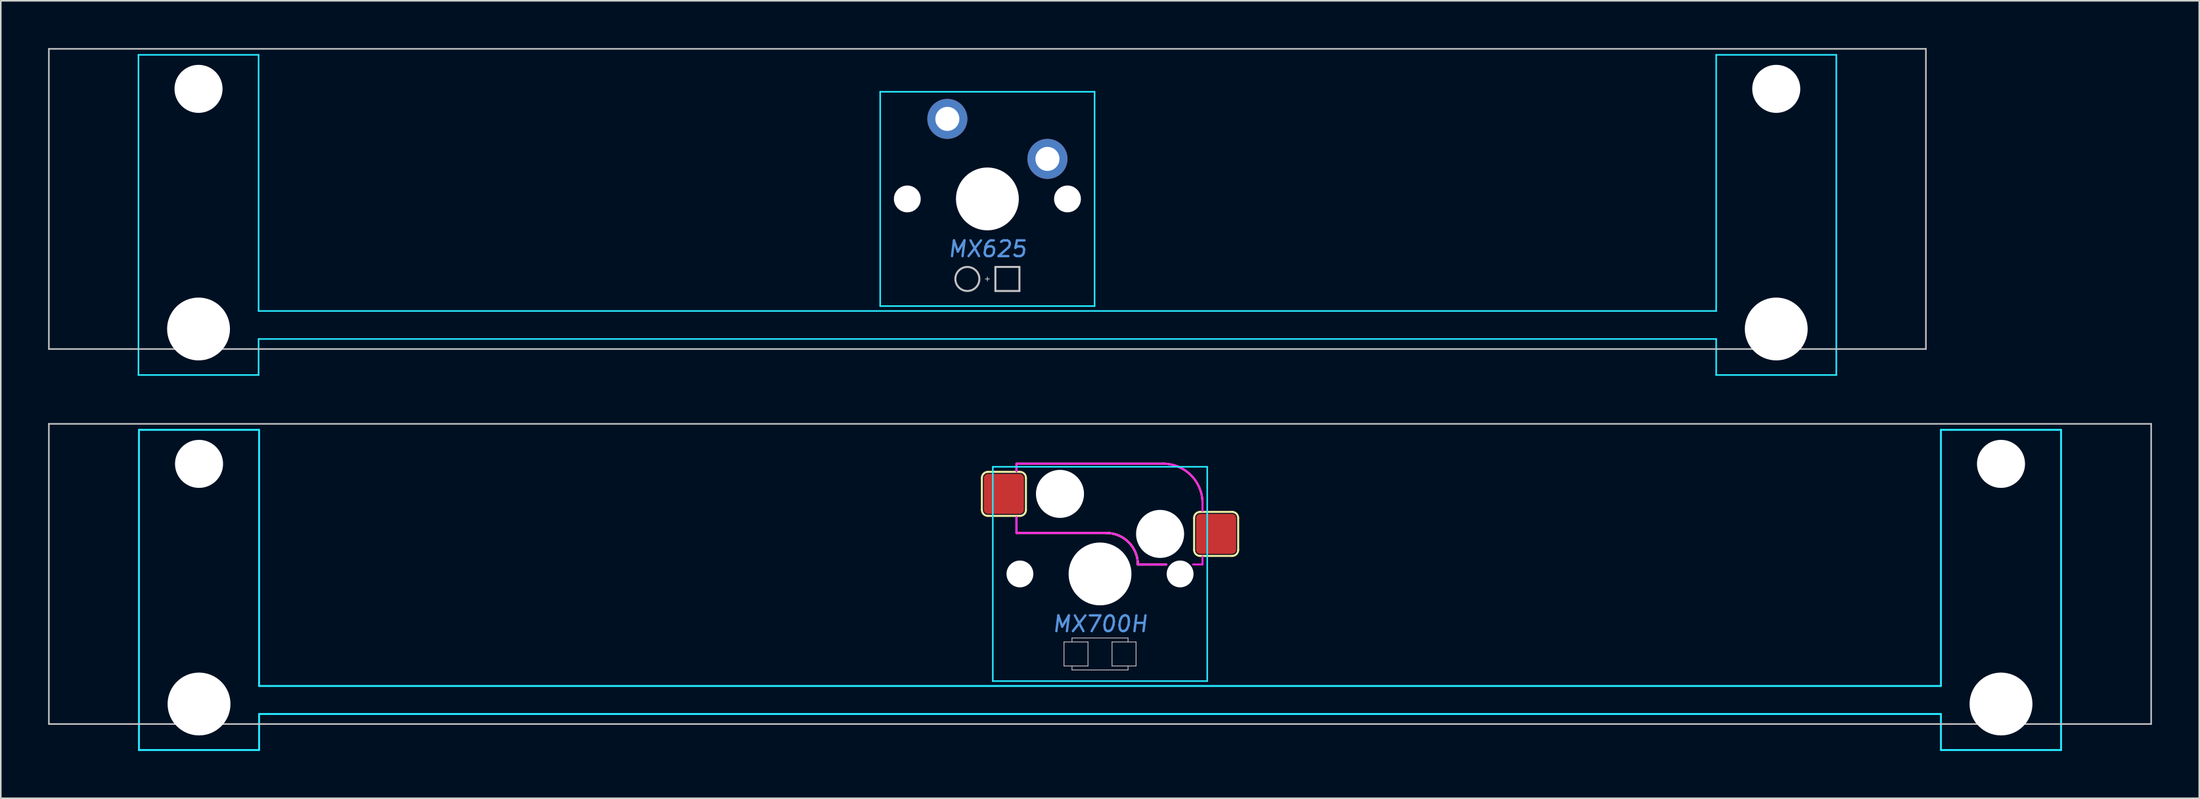
<source format=kicad_pcb>
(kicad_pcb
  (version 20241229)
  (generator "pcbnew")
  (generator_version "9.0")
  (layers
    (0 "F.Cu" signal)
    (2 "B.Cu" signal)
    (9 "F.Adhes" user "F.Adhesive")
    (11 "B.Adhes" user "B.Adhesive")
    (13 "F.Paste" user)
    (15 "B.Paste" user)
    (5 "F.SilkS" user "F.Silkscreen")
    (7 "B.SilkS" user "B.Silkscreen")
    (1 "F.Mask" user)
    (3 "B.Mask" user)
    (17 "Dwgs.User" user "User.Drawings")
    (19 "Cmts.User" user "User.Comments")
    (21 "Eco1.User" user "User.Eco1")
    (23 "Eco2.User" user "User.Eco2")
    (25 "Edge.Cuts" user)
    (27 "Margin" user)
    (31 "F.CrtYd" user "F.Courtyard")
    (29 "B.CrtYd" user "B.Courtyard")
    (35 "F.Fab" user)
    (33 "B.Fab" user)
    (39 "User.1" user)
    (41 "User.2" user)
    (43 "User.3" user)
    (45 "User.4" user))
  (footprint "MX700H"
    (layer "F.Cu")
    (at 66.725 33.376)
    (property "Reference" "MX700H" (at 0 3.175 0) (layer "Cmts.User") (effects (font (size 1 1) (thickness 0.15) (italic yes))))
    (attr through_hole)
    (fp_line (start -7.493 -6.096) (end -7.493 -4.064) (stroke (width 0.127) (type solid)) (layer "F.SilkS"))
    (fp_line (start -7.112 -3.683) (end -5.08 -3.683) (stroke (width 0.127) (type solid)) (layer "F.SilkS"))
    (fp_line (start -5.3 -7) (end -5.3 -6.5) (stroke (width 0.127) (type solid)) (layer "F.SilkS"))
    (fp_line (start -5.3 -3.6) (end -5.3 -2.6) (stroke (width 0.127) (type solid)) (layer "F.SilkS"))
    (fp_line (start -5.08 -6.477) (end -7.112 -6.477) (stroke (width 0.127) (type solid)) (layer "F.SilkS"))
    (fp_line (start -4.699 -4.064) (end -4.699 -6.096) (stroke (width 0.127) (type solid)) (layer "F.SilkS"))
    (fp_line (start 0.4 -2.6) (end -5.3 -2.6) (stroke (width 0.127) (type solid)) (layer "F.SilkS"))
    (fp_line (start 4 -7) (end -5.3 -7) (stroke (width 0.12) (type solid)) (layer "F.SilkS"))
    (fp_line (start 4.2 -0.6) (end 2.4 -0.6) (stroke (width 0.127) (type solid)) (layer "F.SilkS"))
    (fp_line (start 5.969 -3.556) (end 5.969 -1.524) (stroke (width 0.127) (type solid)) (layer "F.SilkS"))
    (fp_line (start 6.35 -1.143) (end 8.382 -1.143) (stroke (width 0.127) (type solid)) (layer "F.SilkS"))
    (fp_line (start 6.5 -4.5) (end 6.5 -4) (stroke (width 0.12) (type solid)) (layer "F.SilkS"))
    (fp_line (start 8.382 -3.937) (end 6.35 -3.937) (stroke (width 0.127) (type solid)) (layer "F.SilkS"))
    (fp_line (start 8.763 -1.524) (end 8.763 -3.556) (stroke (width 0.127) (type solid)) (layer "F.SilkS"))
    (fp_arc (start -7.493 -6.096) (mid -7.381408 -6.365408) (end -7.112 -6.477) (stroke (width 0.127) (type solid)) (layer "F.SilkS"))
    (fp_arc (start -7.112 -3.683) (mid -7.381408 -3.794592) (end -7.493 -4.064) (stroke (width 0.127) (type solid)) (layer "F.SilkS"))
    (fp_arc (start -5.08 -6.477) (mid -4.810592 -6.365408) (end -4.699 -6.096) (stroke (width 0.127) (type solid)) (layer "F.SilkS"))
    (fp_arc (start -4.699 -4.064) (mid -4.810592 -3.794592) (end -5.08 -3.683) (stroke (width 0.127) (type solid)) (layer "F.SilkS"))
    (fp_arc (start 0.4 -2.6) (mid 1.814214 -2.014214) (end 2.4 -0.6) (stroke (width 0.127) (type solid)) (layer "F.SilkS"))
    (fp_arc (start 0.4 -2.6) (mid 1.814214 -2.014214) (end 2.4 -0.6) (stroke (width 0.127) (type solid)) (layer "F.SilkS"))
    (fp_arc (start 4 -7) (mid 5.767767 -6.267767) (end 6.5 -4.5) (stroke (width 0.127) (type solid)) (layer "F.SilkS"))
    (fp_arc (start 5.969 -3.556) (mid 6.080592 -3.825408) (end 6.35 -3.937) (stroke (width 0.127) (type solid)) (layer "F.SilkS"))
    (fp_arc (start 6.35 -1.143) (mid 6.080592 -1.254592) (end 5.969 -1.524) (stroke (width 0.127) (type solid)) (layer "F.SilkS"))
    (fp_arc (start 8.382 -3.937) (mid 8.651408 -3.825408) (end 8.763 -3.556) (stroke (width 0.127) (type solid)) (layer "F.SilkS"))
    (fp_arc (start 8.763 -1.524) (mid 8.651408 -1.254592) (end 8.382 -1.143) (stroke (width 0.127) (type solid)) (layer "F.SilkS"))
    (fp_line (start -66.675 -9.525) (end -66.675 9.525) (stroke (width 0.1) (type solid)) (layer "Dwgs.User"))
    (fp_line (start -66.675 -9.525) (end 66.675 -9.525) (stroke (width 0.1) (type solid)) (layer "Dwgs.User"))
    (fp_line (start -66.675 9.525) (end 66.675 9.525) (stroke (width 0.1) (type solid)) (layer "Dwgs.User"))
    (fp_line (start -2.286 4.318) (end -0.762 4.318) (stroke (width 0.051) (type solid)) (layer "Dwgs.User"))
    (fp_line (start -2.286 5.842) (end -2.286 4.318) (stroke (width 0.051) (type solid)) (layer "Dwgs.User"))
    (fp_line (start -1.778 4.064) (end 1.778 4.064) (stroke (width 0.051) (type solid)) (layer "Dwgs.User"))
    (fp_line (start -1.778 4.318) (end -1.778 4.064) (stroke (width 0.051) (type solid)) (layer "Dwgs.User"))
    (fp_line (start -1.778 6.096) (end -1.778 5.842) (stroke (width 0.051) (type solid)) (layer "Dwgs.User"))
    (fp_line (start -0.762 4.318) (end -0.762 5.842) (stroke (width 0.051) (type solid)) (layer "Dwgs.User"))
    (fp_line (start -0.762 5.842) (end -2.286 5.842) (stroke (width 0.051) (type solid)) (layer "Dwgs.User"))
    (fp_line (start 0.762 4.318) (end 2.286 4.318) (stroke (width 0.051) (type solid)) (layer "Dwgs.User"))
    (fp_line (start 0.762 5.842) (end 0.762 4.318) (stroke (width 0.051) (type solid)) (layer "Dwgs.User"))
    (fp_line (start 1.778 4.064) (end 1.778 4.318) (stroke (width 0.051) (type solid)) (layer "Dwgs.User"))
    (fp_line (start 1.778 5.842) (end 1.778 6.096) (stroke (width 0.051) (type solid)) (layer "Dwgs.User"))
    (fp_line (start 1.778 6.096) (end -1.778 6.096) (stroke (width 0.051) (type solid)) (layer "Dwgs.User"))
    (fp_line (start 2.286 4.318) (end 2.286 5.842) (stroke (width 0.051) (type solid)) (layer "Dwgs.User"))
    (fp_line (start 2.286 5.842) (end 0.762 5.842) (stroke (width 0.051) (type solid)) (layer "Dwgs.User"))
    (fp_line (start 66.675 -9.525) (end 66.675 9.525) (stroke (width 0.1) (type solid)) (layer "Dwgs.User"))
    (fp_line (start -60.96 -9.144) (end -53.34 -9.144) (stroke (width 0.12) (type solid)) (layer "B.CrtYd"))
    (fp_line (start -60.96 11.176) (end -60.96 -9.144) (stroke (width 0.12) (type solid)) (layer "B.CrtYd"))
    (fp_line (start -60.96 11.176) (end -53.34 11.176) (stroke (width 0.12) (type solid)) (layer "B.CrtYd"))
    (fp_line (start -53.34 7.112) (end -53.34 -9.144) (stroke (width 0.12) (type solid)) (layer "B.CrtYd"))
    (fp_line (start -53.34 7.112) (end 53.34 7.112) (stroke (width 0.12) (type solid)) (layer "B.CrtYd"))
    (fp_line (start -53.34 8.89) (end 53.34 8.89) (stroke (width 0.12) (type solid)) (layer "B.CrtYd"))
    (fp_line (start -53.34 11.176) (end -53.34 8.89) (stroke (width 0.12) (type solid)) (layer "B.CrtYd"))
    (fp_line (start -6.8 -6.8) (end -6.8 6.8) (stroke (width 0.1) (type solid)) (layer "B.CrtYd"))
    (fp_line (start 6.8 -6.8) (end -6.8 -6.8) (stroke (width 0.1) (type solid)) (layer "B.CrtYd"))
    (fp_line (start 6.8 -6.8) (end 6.8 6.8) (stroke (width 0.1) (type solid)) (layer "B.CrtYd"))
    (fp_line (start 6.8 6.8) (end -6.8 6.8) (stroke (width 0.1) (type solid)) (layer "B.CrtYd"))
    (fp_line (start 53.34 7.112) (end 53.34 -9.144) (stroke (width 0.12) (type solid)) (layer "B.CrtYd"))
    (fp_line (start 53.34 11.176) (end 53.34 8.89) (stroke (width 0.12) (type solid)) (layer "B.CrtYd"))
    (fp_line (start 60.96 -9.144) (end 53.34 -9.144) (stroke (width 0.12) (type solid)) (layer "B.CrtYd"))
    (fp_line (start 60.96 11.176) (end 53.34 11.176) (stroke (width 0.12) (type solid)) (layer "B.CrtYd"))
    (fp_line (start 60.96 11.176) (end 60.96 -9.144) (stroke (width 0.12) (type solid)) (layer "B.CrtYd"))
    (fp_line (start -5.3 -7) (end -5.3 -6.5) (stroke (width 0.127) (type solid)) (layer "F.CrtYd"))
    (fp_line (start -5.3 -3.6) (end -5.3 -2.6) (stroke (width 0.127) (type solid)) (layer "F.CrtYd"))
    (fp_line (start -5.2 -7) (end -5.3 -7) (stroke (width 0.12) (type solid)) (layer "F.CrtYd"))
    (fp_line (start 0.4 -2.6) (end -5.3 -2.6) (stroke (width 0.127) (type solid)) (layer "F.CrtYd"))
    (fp_line (start 4 -7) (end -5.2 -7) (stroke (width 0.12) (type solid)) (layer "F.CrtYd"))
    (fp_line (start 4.2 -0.6) (end 2.4 -0.6) (stroke (width 0.127) (type solid)) (layer "F.CrtYd"))
    (fp_line (start 6.5 -4.5) (end 6.5 -4) (stroke (width 0.127) (type solid)) (layer "F.CrtYd"))
    (fp_line (start 6.5 -1.1) (end 6.5 -0.6) (stroke (width 0.12) (type solid)) (layer "F.CrtYd"))
    (fp_line (start 6.5 -0.6) (end 5.9 -0.6) (stroke (width 0.12) (type solid)) (layer "F.CrtYd"))
    (fp_arc (start 0.4 -2.6) (mid 1.814214 -2.014214) (end 2.4 -0.6) (stroke (width 0.127) (type solid)) (layer "F.CrtYd"))
    (fp_arc (start 4 -7) (mid 5.767767 -6.267767) (end 6.5 -4.5) (stroke (width 0.127) (type solid)) (layer "F.CrtYd"))
    (pad "" np_thru_hole circle (at -57.15 -6.985) (size 3.048 3.048) (drill 3.048) (layers "*.Cu" "*.Mask"))
    (pad "" np_thru_hole circle (at -57.15 8.255) (size 3.988 3.988) (drill 3.988) (layers "*.Cu" "*.Mask"))
    (pad "" np_thru_hole circle (at -5.08 0) (size 1.702 1.702) (drill 1.702) (layers "*.Cu" "*.Mask"))
    (pad "" np_thru_hole circle (at -2.54 -5.08) (size 3.048 3.048) (drill 3.048) (layers "*.Cu" "*.Mask"))
    (pad "" np_thru_hole circle (at 0 0) (size 3.988 3.988) (drill 3.988) (layers "*.Cu" "*.Mask"))
    (pad "" np_thru_hole circle (at 3.81 -2.54) (size 3.048 3.048) (drill 3.048) (layers "*.Cu" "*.Mask"))
    (pad "" np_thru_hole circle (at 5.08 0) (size 1.702 1.702) (drill 1.702) (layers "*.Cu" "*.Mask"))
    (pad "" np_thru_hole circle (at 57.15 -6.985) (size 3.048 3.048) (drill 3.048) (layers "*.Cu" "*.Mask"))
    (pad "" np_thru_hole circle (at 57.15 8.255) (size 3.988 3.988) (drill 3.988) (layers "*.Cu" "*.Mask"))
    (pad "1" smd roundrect (at -6.096 -5.08) (size 2.54 2.54) (layers "F.Cu" "F.Mask") (roundrect_rratio 0.1))
    (pad "2" smd roundrect (at 7.366 -2.54) (size 2.54 2.54) (layers "F.Cu" "F.Mask") (roundrect_rratio 0.1)))
  (footprint "MX625"
    (layer "F.Cu")
    (at 59.581 9.575)
    (property "Reference" "MX625" (at 0 3.175 0) (layer "Cmts.User") (effects (font (size 1 1) (thickness 0.15) (italic yes))))
    (attr through_hole)
    (fp_line (start -59.531 -9.525) (end -59.531 9.525) (stroke (width 0.1) (type solid)) (layer "Dwgs.User"))
    (fp_line (start -59.531 -9.525) (end 59.531 -9.525) (stroke (width 0.1) (type solid)) (layer "Dwgs.User"))
    (fp_line (start -59.531 9.525) (end 59.531 9.525) (stroke (width 0.1) (type solid)) (layer "Dwgs.User"))
    (fp_line (start -0.127 5.08) (end 0.127 5.08) (stroke (width 0.051) (type solid)) (layer "Dwgs.User"))
    (fp_line (start 0 5.207) (end 0 4.953) (stroke (width 0.051) (type solid)) (layer "Dwgs.User"))
    (fp_line (start 0.508 4.318) (end 0.508 5.842) (stroke (width 0.127) (type solid)) (layer "Dwgs.User"))
    (fp_line (start 0.508 4.318) (end 2.032 4.318) (stroke (width 0.127) (type solid)) (layer "Dwgs.User"))
    (fp_line (start 0.508 5.842) (end 2.032 5.842) (stroke (width 0.127) (type solid)) (layer "Dwgs.User"))
    (fp_line (start 2.032 5.842) (end 2.032 4.318) (stroke (width 0.127) (type solid)) (layer "Dwgs.User"))
    (fp_line (start 59.531 -9.525) (end 59.531 9.525) (stroke (width 0.1) (type solid)) (layer "Dwgs.User"))
    (fp_circle (center -1.27 5.08) (end -0.508 5.08) (stroke (width 0.127) (type solid)) (fill no) (layer "Dwgs.User"))
    (fp_line (start -53.848 -9.144) (end -53.848 11.176) (stroke (width 0.1) (type solid)) (layer "B.CrtYd"))
    (fp_line (start -53.848 -9.144) (end -46.228 -9.144) (stroke (width 0.1) (type solid)) (layer "B.CrtYd"))
    (fp_line (start -53.848 11.176) (end -46.228 11.176) (stroke (width 0.1) (type solid)) (layer "B.CrtYd"))
    (fp_line (start -46.228 7.112) (end -46.228 -9.144) (stroke (width 0.1) (type solid)) (layer "B.CrtYd"))
    (fp_line (start -46.228 7.112) (end 46.228 7.112) (stroke (width 0.1) (type solid)) (layer "B.CrtYd"))
    (fp_line (start -46.228 8.89) (end -46.228 11.176) (stroke (width 0.1) (type solid)) (layer "B.CrtYd"))
    (fp_line (start -46.228 8.89) (end 46.228 8.89) (stroke (width 0.1) (type solid)) (layer "B.CrtYd"))
    (fp_line (start -6.8 -6.8) (end -6.8 6.8) (stroke (width 0.1) (type solid)) (layer "B.CrtYd"))
    (fp_line (start -6.8 -6.8) (end 6.8 -6.8) (stroke (width 0.1) (type solid)) (layer "B.CrtYd"))
    (fp_line (start -6.8 6.8) (end 6.8 6.8) (stroke (width 0.1) (type solid)) (layer "B.CrtYd"))
    (fp_line (start 6.8 6.8) (end 6.8 -6.8) (stroke (width 0.1) (type solid)) (layer "B.CrtYd"))
    (fp_line (start 46.228 -9.144) (end 53.848 -9.144) (stroke (width 0.1) (type solid)) (layer "B.CrtYd"))
    (fp_line (start 46.228 7.112) (end 46.228 -9.144) (stroke (width 0.1) (type solid)) (layer "B.CrtYd"))
    (fp_line (start 46.228 8.89) (end 46.228 11.176) (stroke (width 0.1) (type solid)) (layer "B.CrtYd"))
    (fp_line (start 46.228 11.176) (end 53.848 11.176) (stroke (width 0.1) (type solid)) (layer "B.CrtYd"))
    (fp_line (start 53.848 -9.144) (end 53.848 11.176) (stroke (width 0.1) (type solid)) (layer "B.CrtYd"))
    (pad "" np_thru_hole circle (at -50.038 -6.985 180) (size 3.048 3.048) (drill 3.048) (layers "*.Cu" "*.Mask"))
    (pad "" np_thru_hole circle (at -50.038 8.255 180) (size 3.988 3.988) (drill 3.988) (layers "*.Cu" "*.Mask"))
    (pad "" np_thru_hole circle (at -5.08 0) (size 1.702 1.702) (drill 1.702) (layers "*.Cu" "*.Mask"))
    (pad "" np_thru_hole circle (at 0 0) (size 3.988 3.988) (drill 3.988) (layers "*.Cu" "*.Mask"))
    (pad "" np_thru_hole circle (at 5.08 0) (size 1.702 1.702) (drill 1.702) (layers "*.Cu" "*.Mask"))
    (pad "" np_thru_hole circle (at 50.038 -6.985 180) (size 3.048 3.048) (drill 3.048) (layers "*.Cu" "*.Mask"))
    (pad "" np_thru_hole circle (at 50.038 8.255 180) (size 3.988 3.988) (drill 3.988) (layers "*.Cu" "*.Mask"))
    (pad "1" thru_hole circle (at -2.54 -5.08) (size 2.54 2.54) (drill 1.524) (layers "*.Cu" "*.Mask"))
    (pad "2" thru_hole circle (at 3.81 -2.54) (size 2.54 2.54) (drill 1.524) (layers "*.Cu" "*.Mask")))
  (gr_rect
    (start -3 -3)
    (end 136.45 47.612)
    (stroke (width 0.1) (type default))
    (fill no)
    (layer "Edge.Cuts")))
</source>
